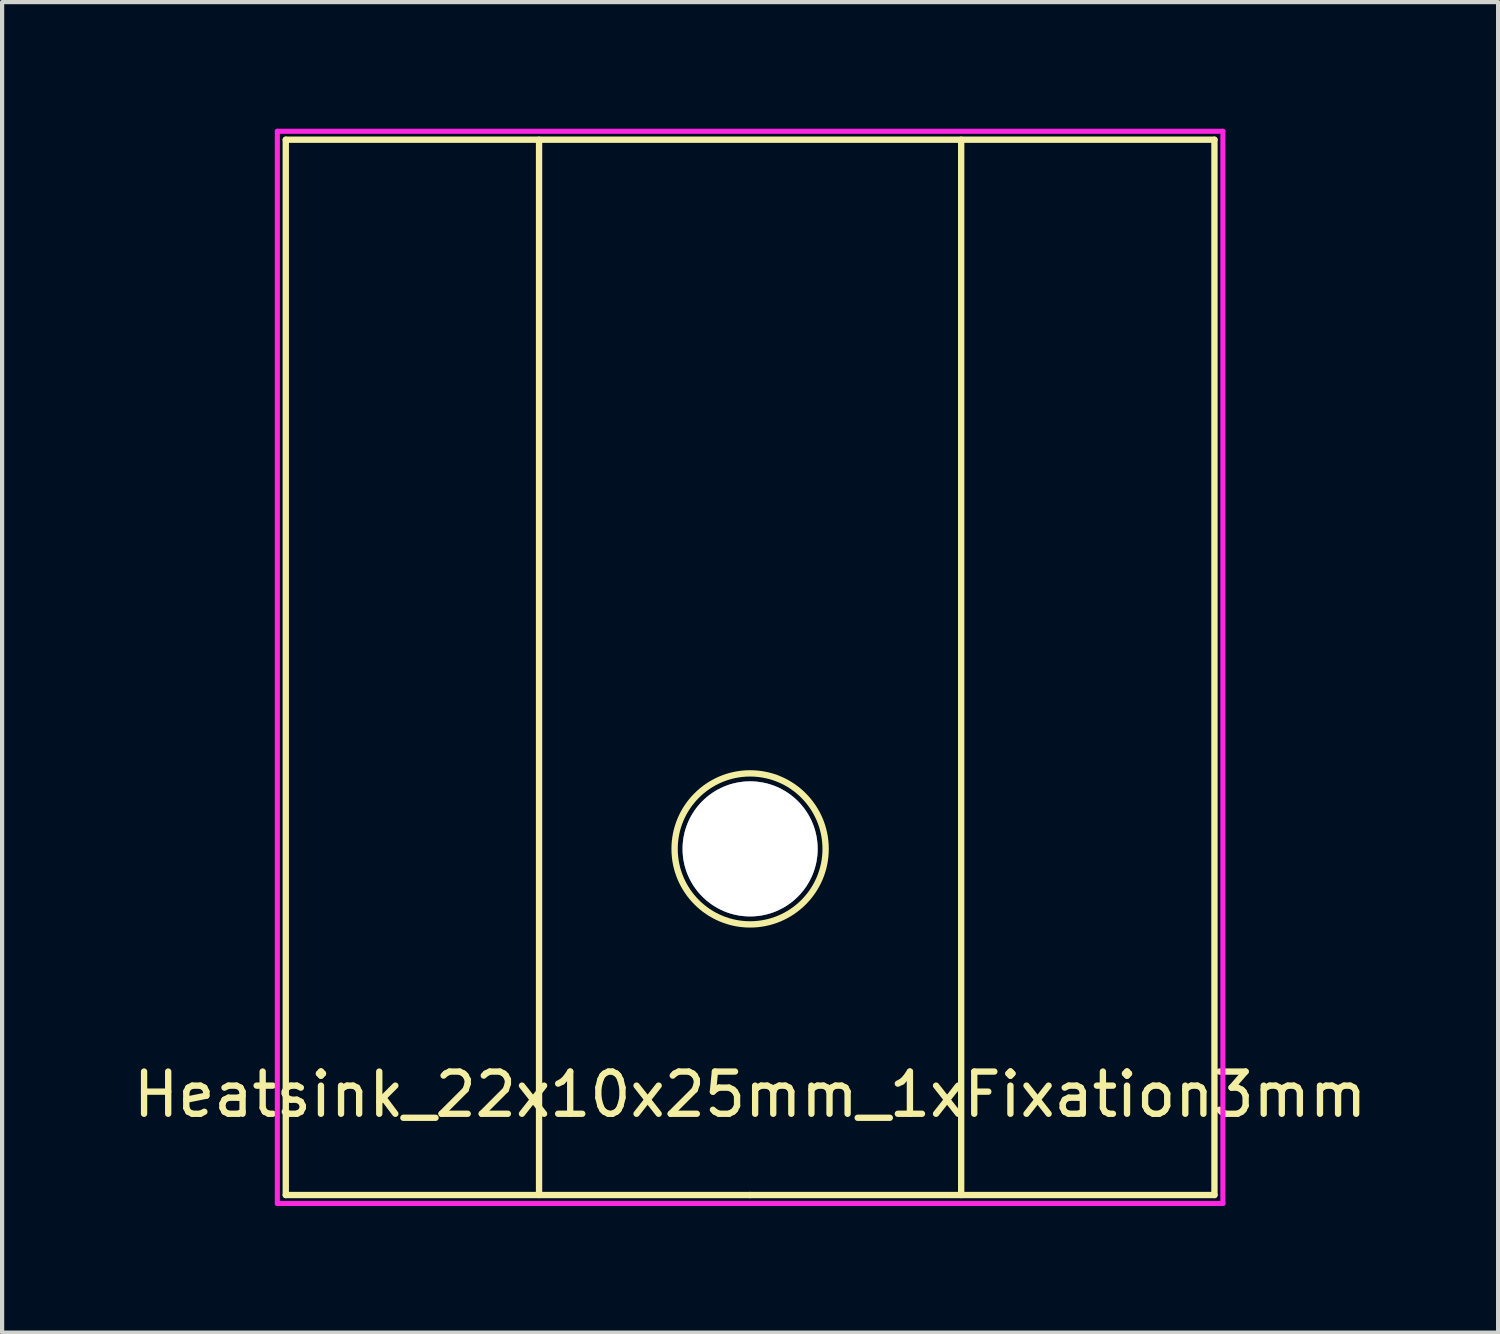
<source format=kicad_pcb>
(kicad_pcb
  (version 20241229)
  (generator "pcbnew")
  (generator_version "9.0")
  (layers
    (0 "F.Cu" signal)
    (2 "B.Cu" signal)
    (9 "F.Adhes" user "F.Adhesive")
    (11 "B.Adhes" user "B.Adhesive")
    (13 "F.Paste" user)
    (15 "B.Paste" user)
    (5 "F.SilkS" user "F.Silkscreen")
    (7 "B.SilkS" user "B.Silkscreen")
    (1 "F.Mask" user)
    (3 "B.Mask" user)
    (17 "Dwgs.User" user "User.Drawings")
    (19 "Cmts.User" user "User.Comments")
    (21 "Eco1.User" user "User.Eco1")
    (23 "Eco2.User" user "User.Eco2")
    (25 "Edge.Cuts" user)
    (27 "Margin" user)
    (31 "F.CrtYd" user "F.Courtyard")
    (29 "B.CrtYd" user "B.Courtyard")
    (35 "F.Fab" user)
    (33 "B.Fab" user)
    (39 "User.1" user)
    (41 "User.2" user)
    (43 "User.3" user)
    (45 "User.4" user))
  (footprint "Heatsink_22x10x25mm_1xFixation3mm"
    (layer "F.Cu")
    (at 14.72 17.06)
    (property "Reference" "Heatsink_22x10x25mm_1xFixation3mm" (at 0 5.82 0) (layer "F.SilkS") (effects (font (size 1 1) (thickness 0.15))))
    (attr through_hole)
    (fp_line (start -11 -16.8) (end -11 8.2) (stroke (width 0.15) (type solid)) (layer "F.SilkS"))
    (fp_line (start -11 8.2) (end 0 8.2) (stroke (width 0.15) (type solid)) (layer "F.SilkS"))
    (fp_line (start -5 -16.8) (end -5 8.2) (stroke (width 0.15) (type solid)) (layer "F.SilkS"))
    (fp_line (start 0 8.2) (end 11 8.2) (stroke (width 0.15) (type solid)) (layer "F.SilkS"))
    (fp_line (start 5 -16.8) (end 5 8.2) (stroke (width 0.15) (type solid)) (layer "F.SilkS"))
    (fp_line (start 11 -16.8) (end -11 -16.8) (stroke (width 0.15) (type solid)) (layer "F.SilkS"))
    (fp_line (start 11 8.2) (end 11 -16.8) (stroke (width 0.15) (type solid)) (layer "F.SilkS"))
    (fp_circle (center 0 0) (end 1.6 -0.8) (stroke (width 0.15) (type solid)) (fill no) (layer "F.SilkS"))
    (fp_line (start -11.2 -17) (end 11.2 -17) (stroke (width 0.12) (type solid)) (layer "F.CrtYd"))
    (fp_line (start -11.2 8.4) (end -11.2 -17) (stroke (width 0.12) (type solid)) (layer "F.CrtYd"))
    (fp_line (start 11.2 -17) (end 11.2 8.4) (stroke (width 0.12) (type solid)) (layer "F.CrtYd"))
    (fp_line (start 11.2 8.4) (end -11.2 8.4) (stroke (width 0.12) (type solid)) (layer "F.CrtYd"))
    (pad "1" thru_hole circle (at 0 0) (size 3.2 3.2) (drill 3.2) (layers "*.Cu" "*.Mask")))
  (gr_rect
    (start -3 -3)
    (end 32.44 28.52)
    (stroke (width 0.1) (type default))
    (fill no)
    (layer "Edge.Cuts")))
</source>
